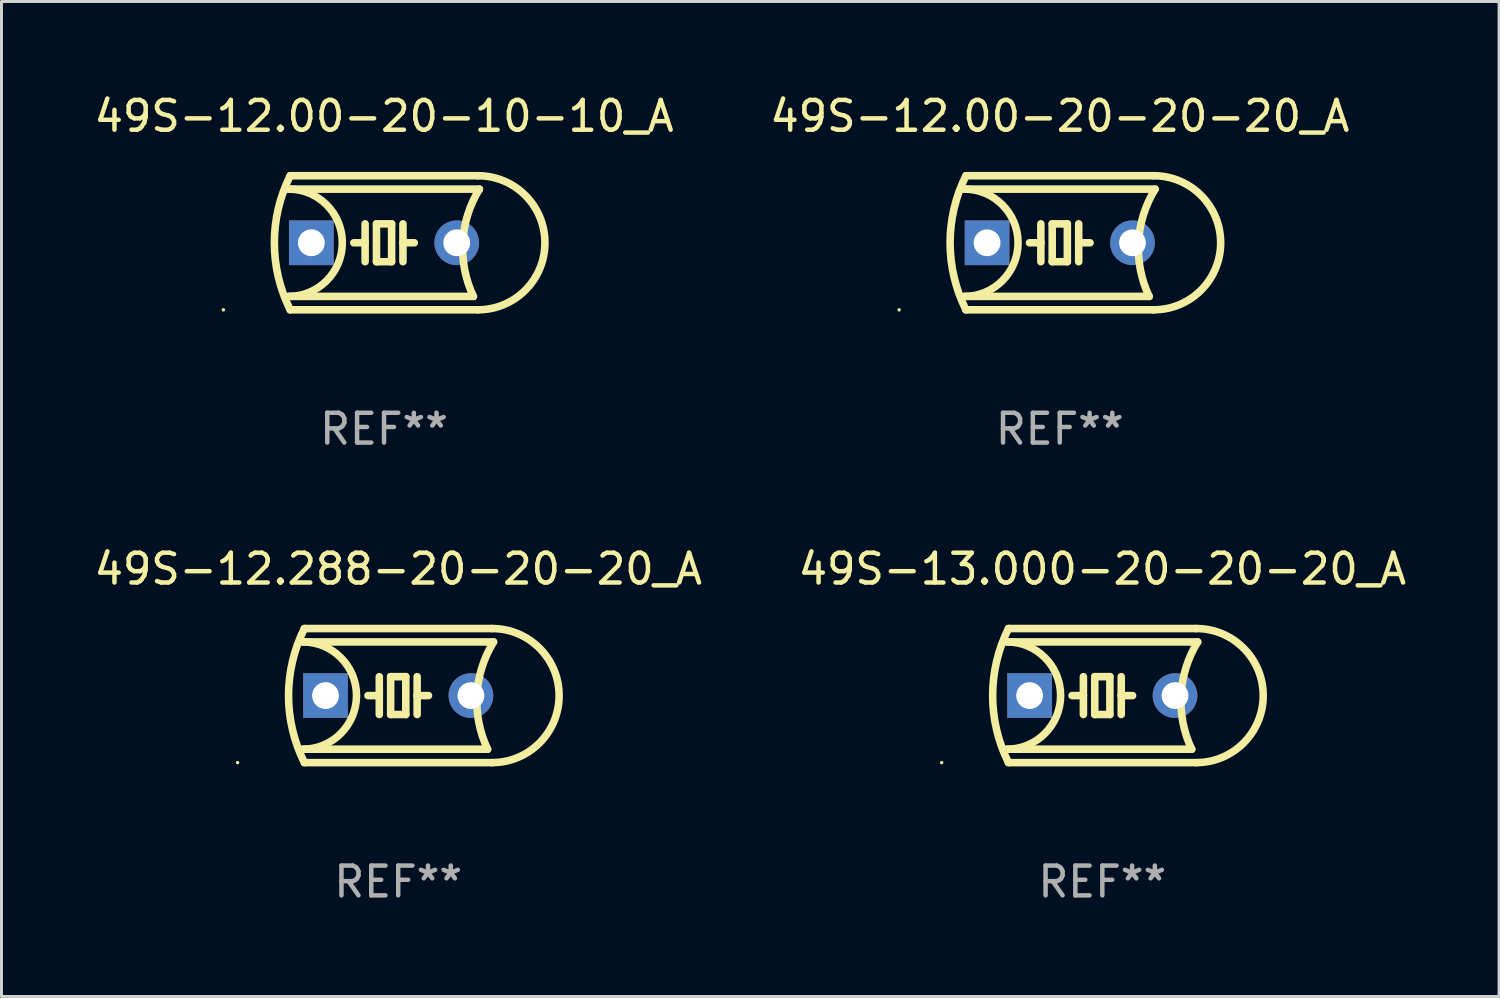
<source format=kicad_pcb>
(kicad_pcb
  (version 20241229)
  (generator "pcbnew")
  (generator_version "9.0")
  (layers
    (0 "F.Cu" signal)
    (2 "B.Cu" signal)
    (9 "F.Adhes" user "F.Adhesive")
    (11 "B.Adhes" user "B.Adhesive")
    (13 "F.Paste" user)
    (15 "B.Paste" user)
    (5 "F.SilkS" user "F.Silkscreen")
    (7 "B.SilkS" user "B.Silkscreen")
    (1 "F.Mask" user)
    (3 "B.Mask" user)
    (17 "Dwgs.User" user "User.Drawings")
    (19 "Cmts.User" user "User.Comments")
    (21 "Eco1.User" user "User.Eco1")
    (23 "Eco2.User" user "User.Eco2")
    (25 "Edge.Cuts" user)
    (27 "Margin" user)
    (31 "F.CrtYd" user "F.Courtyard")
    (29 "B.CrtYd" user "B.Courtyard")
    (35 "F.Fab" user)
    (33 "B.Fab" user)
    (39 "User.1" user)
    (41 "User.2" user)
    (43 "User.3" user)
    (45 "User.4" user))
  (footprint "49S-12.00-20-10-10_A"
    (layer "F.Cu")
    (at 9.839 5.098)
    (property "Reference" "49S-12.00-20-10-10_A" (at 0 -4.25 0) (layer "F.SilkS") (effects (font (size 1 1) (thickness 0.15))))
    (attr through_hole)
    (fp_line (start -3.2 -1.8) (end 3.2 -1.8) (stroke (width 0.254) (type solid)) (layer "F.SilkS"))
    (fp_line (start -3.15 2.25) (end 3.15 2.25) (stroke (width 0.254) (type solid)) (layer "F.SilkS"))
    (fp_line (start -0.635 -0.635) (end -0.635 0) (stroke (width 0.254) (type solid)) (layer "F.SilkS"))
    (fp_line (start -0.635 0) (end -1.016 0) (stroke (width 0.254) (type solid)) (layer "F.SilkS"))
    (fp_line (start -0.635 0) (end -0.635 0.635) (stroke (width 0.254) (type solid)) (layer "F.SilkS"))
    (fp_line (start -0.254 -0.635) (end -0.254 0.635) (stroke (width 0.254) (type solid)) (layer "F.SilkS"))
    (fp_line (start -0.254 0.635) (end 0.254 0.635) (stroke (width 0.254) (type solid)) (layer "F.SilkS"))
    (fp_line (start 0.254 -0.635) (end -0.254 -0.635) (stroke (width 0.254) (type solid)) (layer "F.SilkS"))
    (fp_line (start 0.254 0.635) (end 0.254 -0.635) (stroke (width 0.254) (type solid)) (layer "F.SilkS"))
    (fp_line (start 0.635 -0.635) (end 0.635 0) (stroke (width 0.254) (type solid)) (layer "F.SilkS"))
    (fp_line (start 0.635 0) (end 0.635 0.635) (stroke (width 0.254) (type solid)) (layer "F.SilkS"))
    (fp_line (start 0.635 0) (end 1.016 0) (stroke (width 0.254) (type solid)) (layer "F.SilkS"))
    (fp_line (start 3 1.8) (end -3.2 1.8) (stroke (width 0.254) (type solid)) (layer "F.SilkS"))
    (fp_line (start 3.15 -2.25) (end -3.15 -2.25) (stroke (width 0.254) (type solid)) (layer "F.SilkS"))
    (fp_arc (start -3.200406 -1.800864) (mid -1.399974 -0.000635) (end -3.2 1.8) (stroke (width 0.254001) (type solid)) (layer "F.SilkS"))
    (fp_arc (start -3.149606 2.250444) (mid -3.680941 0.000261) (end -3.149987 -2.250013) (stroke (width 0.254001) (type solid)) (layer "F.SilkS"))
    (fp_arc (start 2.999746 1.800863) (mid 2.642982 -0.024977) (end 3.2 -1.8) (stroke (width 0.254001) (type solid)) (layer "F.SilkS"))
    (fp_arc (start 3.149607 -2.250445) (mid 5.399848 -0.000406) (end 3.149987 2.250013) (stroke (width 0.254001) (type solid)) (layer "F.SilkS"))
    (fp_circle (center -5.392 2.25) (end -5.362 2.25) (stroke (width 0.06) (type solid)) (fill no) (layer "F.SilkS"))
    (fp_text user "REF**" (at 0 6.25 0) (layer "F.Fab") (effects (font (size 1 1) (thickness 0.15))))
    (pad "1" thru_hole rect (at -2.44 0) (size 1.5 1.5) (drill 0.9) (layers "*.Cu" "*.Mask"))
    (pad "2" thru_hole circle (at 2.44 0) (size 1.5 1.5) (drill 0.9) (layers "*.Cu" "*.Mask")))
  (footprint "49S-13.000-20-20-20_A"
    (layer "F.Cu")
    (at 33.946 20.295)
    (property "Reference" "49S-13.000-20-20-20_A" (at 0 -4.25 0) (layer "F.SilkS") (effects (font (size 1 1) (thickness 0.15))))
    (attr through_hole)
    (fp_line (start -3.2 -1.8) (end 3.2 -1.8) (stroke (width 0.254) (type solid)) (layer "F.SilkS"))
    (fp_line (start -3.15 2.25) (end 3.15 2.25) (stroke (width 0.254) (type solid)) (layer "F.SilkS"))
    (fp_line (start -0.635 -0.635) (end -0.635 0) (stroke (width 0.254) (type solid)) (layer "F.SilkS"))
    (fp_line (start -0.635 0) (end -1.016 0) (stroke (width 0.254) (type solid)) (layer "F.SilkS"))
    (fp_line (start -0.635 0) (end -0.635 0.635) (stroke (width 0.254) (type solid)) (layer "F.SilkS"))
    (fp_line (start -0.254 -0.635) (end -0.254 0.635) (stroke (width 0.254) (type solid)) (layer "F.SilkS"))
    (fp_line (start -0.254 0.635) (end 0.254 0.635) (stroke (width 0.254) (type solid)) (layer "F.SilkS"))
    (fp_line (start 0.254 -0.635) (end -0.254 -0.635) (stroke (width 0.254) (type solid)) (layer "F.SilkS"))
    (fp_line (start 0.254 0.635) (end 0.254 -0.635) (stroke (width 0.254) (type solid)) (layer "F.SilkS"))
    (fp_line (start 0.635 -0.635) (end 0.635 0) (stroke (width 0.254) (type solid)) (layer "F.SilkS"))
    (fp_line (start 0.635 0) (end 0.635 0.635) (stroke (width 0.254) (type solid)) (layer "F.SilkS"))
    (fp_line (start 0.635 0) (end 1.016 0) (stroke (width 0.254) (type solid)) (layer "F.SilkS"))
    (fp_line (start 3 1.8) (end -3.2 1.8) (stroke (width 0.254) (type solid)) (layer "F.SilkS"))
    (fp_line (start 3.15 -2.25) (end -3.15 -2.25) (stroke (width 0.254) (type solid)) (layer "F.SilkS"))
    (fp_arc (start -3.200406 -1.800864) (mid -1.399974 -0.000635) (end -3.2 1.8) (stroke (width 0.254001) (type solid)) (layer "F.SilkS"))
    (fp_arc (start -3.149606 2.250444) (mid -3.680941 0.000261) (end -3.149987 -2.250013) (stroke (width 0.254001) (type solid)) (layer "F.SilkS"))
    (fp_arc (start 2.999746 1.800863) (mid 2.642982 -0.024977) (end 3.2 -1.8) (stroke (width 0.254001) (type solid)) (layer "F.SilkS"))
    (fp_arc (start 3.149607 -2.250445) (mid 5.399848 -0.000406) (end 3.149987 2.250013) (stroke (width 0.254001) (type solid)) (layer "F.SilkS"))
    (fp_circle (center -5.392 2.25) (end -5.362 2.25) (stroke (width 0.06) (type solid)) (fill no) (layer "F.SilkS"))
    (fp_text user "REF**" (at 0 6.25 0) (layer "F.Fab") (effects (font (size 1 1) (thickness 0.15))))
    (pad "1" thru_hole rect (at -2.44 0) (size 1.5 1.5) (drill 0.9) (layers "*.Cu" "*.Mask"))
    (pad "2" thru_hole circle (at 2.44 0) (size 1.5 1.5) (drill 0.9) (layers "*.Cu" "*.Mask")))
  (footprint "49S-12.00-20-20-20_A"
    (layer "F.Cu")
    (at 32.518 5.098)
    (property "Reference" "49S-12.00-20-20-20_A" (at 0 -4.25 0) (layer "F.SilkS") (effects (font (size 1 1) (thickness 0.15))))
    (attr through_hole)
    (fp_line (start -3.2 -1.8) (end 3.2 -1.8) (stroke (width 0.254) (type solid)) (layer "F.SilkS"))
    (fp_line (start -3.15 2.25) (end 3.15 2.25) (stroke (width 0.254) (type solid)) (layer "F.SilkS"))
    (fp_line (start -0.635 -0.635) (end -0.635 0) (stroke (width 0.254) (type solid)) (layer "F.SilkS"))
    (fp_line (start -0.635 0) (end -1.016 0) (stroke (width 0.254) (type solid)) (layer "F.SilkS"))
    (fp_line (start -0.635 0) (end -0.635 0.635) (stroke (width 0.254) (type solid)) (layer "F.SilkS"))
    (fp_line (start -0.254 -0.635) (end -0.254 0.635) (stroke (width 0.254) (type solid)) (layer "F.SilkS"))
    (fp_line (start -0.254 0.635) (end 0.254 0.635) (stroke (width 0.254) (type solid)) (layer "F.SilkS"))
    (fp_line (start 0.254 -0.635) (end -0.254 -0.635) (stroke (width 0.254) (type solid)) (layer "F.SilkS"))
    (fp_line (start 0.254 0.635) (end 0.254 -0.635) (stroke (width 0.254) (type solid)) (layer "F.SilkS"))
    (fp_line (start 0.635 -0.635) (end 0.635 0) (stroke (width 0.254) (type solid)) (layer "F.SilkS"))
    (fp_line (start 0.635 0) (end 0.635 0.635) (stroke (width 0.254) (type solid)) (layer "F.SilkS"))
    (fp_line (start 0.635 0) (end 1.016 0) (stroke (width 0.254) (type solid)) (layer "F.SilkS"))
    (fp_line (start 3 1.8) (end -3.2 1.8) (stroke (width 0.254) (type solid)) (layer "F.SilkS"))
    (fp_line (start 3.15 -2.25) (end -3.15 -2.25) (stroke (width 0.254) (type solid)) (layer "F.SilkS"))
    (fp_arc (start -3.200406 -1.800864) (mid -1.399974 -0.000635) (end -3.2 1.8) (stroke (width 0.254001) (type solid)) (layer "F.SilkS"))
    (fp_arc (start -3.149606 2.250444) (mid -3.680941 0.000261) (end -3.149987 -2.250013) (stroke (width 0.254001) (type solid)) (layer "F.SilkS"))
    (fp_arc (start 2.999746 1.800863) (mid 2.642982 -0.024977) (end 3.2 -1.8) (stroke (width 0.254001) (type solid)) (layer "F.SilkS"))
    (fp_arc (start 3.149607 -2.250445) (mid 5.399848 -0.000406) (end 3.149987 2.250013) (stroke (width 0.254001) (type solid)) (layer "F.SilkS"))
    (fp_circle (center -5.392 2.25) (end -5.362 2.25) (stroke (width 0.06) (type solid)) (fill no) (layer "F.SilkS"))
    (fp_text user "REF**" (at 0 6.25 0) (layer "F.Fab") (effects (font (size 1 1) (thickness 0.15))))
    (pad "1" thru_hole rect (at -2.44 0) (size 1.5 1.5) (drill 0.9) (layers "*.Cu" "*.Mask"))
    (pad "2" thru_hole circle (at 2.44 0) (size 1.5 1.5) (drill 0.9) (layers "*.Cu" "*.Mask")))
  (footprint "49S-12.288-20-20-20_A"
    (layer "F.Cu")
    (at 10.315 20.295)
    (property "Reference" "49S-12.288-20-20-20_A" (at 0 -4.25 0) (layer "F.SilkS") (effects (font (size 1 1) (thickness 0.15))))
    (attr through_hole)
    (fp_line (start -3.2 -1.8) (end 3.2 -1.8) (stroke (width 0.254) (type solid)) (layer "F.SilkS"))
    (fp_line (start -3.15 2.25) (end 3.15 2.25) (stroke (width 0.254) (type solid)) (layer "F.SilkS"))
    (fp_line (start -0.635 -0.635) (end -0.635 0) (stroke (width 0.254) (type solid)) (layer "F.SilkS"))
    (fp_line (start -0.635 0) (end -1.016 0) (stroke (width 0.254) (type solid)) (layer "F.SilkS"))
    (fp_line (start -0.635 0) (end -0.635 0.635) (stroke (width 0.254) (type solid)) (layer "F.SilkS"))
    (fp_line (start -0.254 -0.635) (end -0.254 0.635) (stroke (width 0.254) (type solid)) (layer "F.SilkS"))
    (fp_line (start -0.254 0.635) (end 0.254 0.635) (stroke (width 0.254) (type solid)) (layer "F.SilkS"))
    (fp_line (start 0.254 -0.635) (end -0.254 -0.635) (stroke (width 0.254) (type solid)) (layer "F.SilkS"))
    (fp_line (start 0.254 0.635) (end 0.254 -0.635) (stroke (width 0.254) (type solid)) (layer "F.SilkS"))
    (fp_line (start 0.635 -0.635) (end 0.635 0) (stroke (width 0.254) (type solid)) (layer "F.SilkS"))
    (fp_line (start 0.635 0) (end 0.635 0.635) (stroke (width 0.254) (type solid)) (layer "F.SilkS"))
    (fp_line (start 0.635 0) (end 1.016 0) (stroke (width 0.254) (type solid)) (layer "F.SilkS"))
    (fp_line (start 3 1.8) (end -3.2 1.8) (stroke (width 0.254) (type solid)) (layer "F.SilkS"))
    (fp_line (start 3.15 -2.25) (end -3.15 -2.25) (stroke (width 0.254) (type solid)) (layer "F.SilkS"))
    (fp_arc (start -3.200406 -1.800864) (mid -1.399974 -0.000635) (end -3.2 1.8) (stroke (width 0.254001) (type solid)) (layer "F.SilkS"))
    (fp_arc (start -3.149606 2.250444) (mid -3.680941 0.000261) (end -3.149987 -2.250013) (stroke (width 0.254001) (type solid)) (layer "F.SilkS"))
    (fp_arc (start 2.999746 1.800863) (mid 2.642982 -0.024977) (end 3.2 -1.8) (stroke (width 0.254001) (type solid)) (layer "F.SilkS"))
    (fp_arc (start 3.149607 -2.250445) (mid 5.399848 -0.000406) (end 3.149987 2.250013) (stroke (width 0.254001) (type solid)) (layer "F.SilkS"))
    (fp_circle (center -5.392 2.25) (end -5.362 2.25) (stroke (width 0.06) (type solid)) (fill no) (layer "F.SilkS"))
    (fp_text user "REF**" (at 0 6.25 0) (layer "F.Fab") (effects (font (size 1 1) (thickness 0.15))))
    (pad "1" thru_hole rect (at -2.44 0) (size 1.5 1.5) (drill 0.9) (layers "*.Cu" "*.Mask"))
    (pad "2" thru_hole circle (at 2.44 0) (size 1.5 1.5) (drill 0.9) (layers "*.Cu" "*.Mask")))
  (gr_rect
    (start -3 -3)
    (end 47.262 30.393)
    (stroke (width 0.1) (type default))
    (fill no)
    (layer "Edge.Cuts")))
</source>
